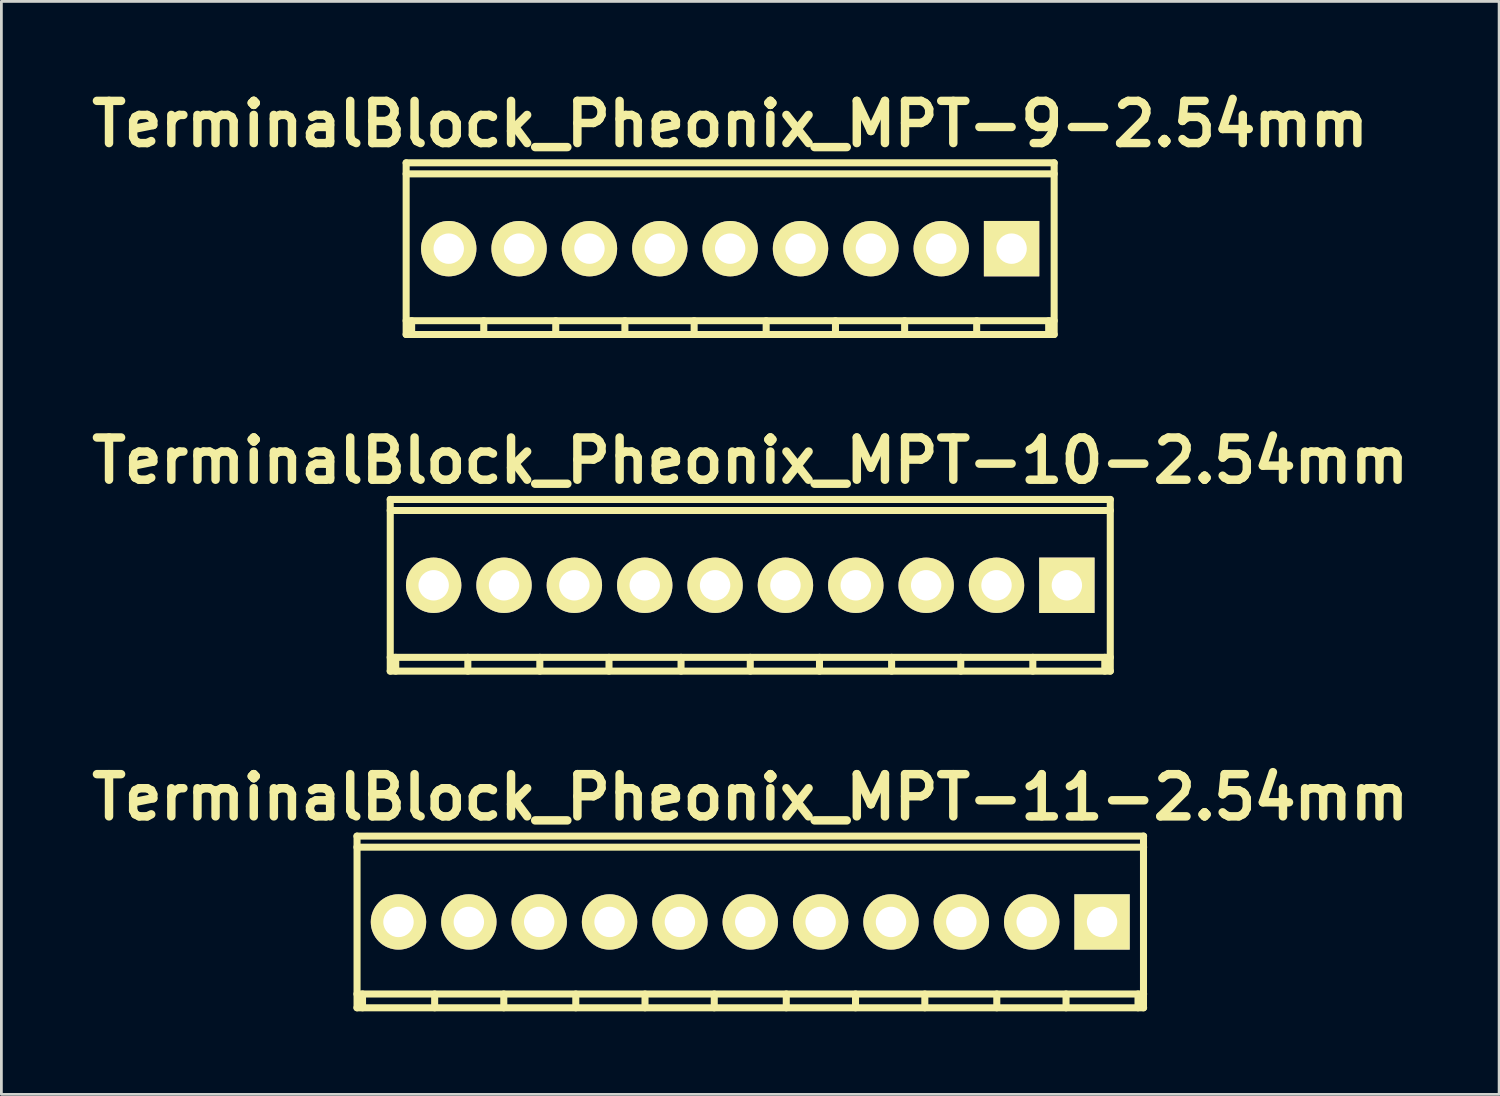
<source format=kicad_pcb>
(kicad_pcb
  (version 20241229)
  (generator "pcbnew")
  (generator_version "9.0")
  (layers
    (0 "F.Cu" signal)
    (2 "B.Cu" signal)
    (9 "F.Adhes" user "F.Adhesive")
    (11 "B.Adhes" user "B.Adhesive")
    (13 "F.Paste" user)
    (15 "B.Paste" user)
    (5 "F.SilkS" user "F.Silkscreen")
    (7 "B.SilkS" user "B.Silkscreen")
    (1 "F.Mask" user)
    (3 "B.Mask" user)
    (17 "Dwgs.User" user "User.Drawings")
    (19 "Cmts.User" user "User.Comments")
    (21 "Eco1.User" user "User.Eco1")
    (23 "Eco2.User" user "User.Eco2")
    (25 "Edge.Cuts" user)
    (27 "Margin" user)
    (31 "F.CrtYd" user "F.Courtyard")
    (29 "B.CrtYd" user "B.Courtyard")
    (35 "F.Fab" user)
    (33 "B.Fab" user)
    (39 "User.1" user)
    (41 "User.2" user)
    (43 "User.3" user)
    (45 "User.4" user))
  (footprint "TerminalBlock_Pheonix_MPT-9-2.54mm"
    (layer "F.Cu")
    (at 23.31 5.927)
    (property "Reference" "TerminalBlock_Pheonix_MPT-9-2.54mm" (at 0 -4.501 0) (layer "F.SilkS") (effects (font (size 1.524 1.524) (thickness 0.305))))
    (attr through_hole)
    (fp_line (start -11.699 -2.7) (end 11.699 -2.7) (stroke (width 0.254) (type solid)) (layer "F.SilkS"))
    (fp_line (start -11.699 3.099) (end 11.699 3.099) (stroke (width 0.254) (type solid)) (layer "F.SilkS"))
    (fp_line (start -11.697 -3.099) (end -11.697 3.099) (stroke (width 0.254) (type solid)) (layer "F.SilkS"))
    (fp_line (start -11.499 3.099) (end -11.499 2.601) (stroke (width 0.254) (type solid)) (layer "F.SilkS"))
    (fp_line (start -8.895 3.099) (end -8.895 2.601) (stroke (width 0.254) (type solid)) (layer "F.SilkS"))
    (fp_line (start -6.297 2.601) (end -6.297 3.099) (stroke (width 0.254) (type solid)) (layer "F.SilkS"))
    (fp_line (start -3.8 2.601) (end -3.8 3.099) (stroke (width 0.254) (type solid)) (layer "F.SilkS"))
    (fp_line (start -1.3 2.601) (end -1.3 3.099) (stroke (width 0.254) (type solid)) (layer "F.SilkS"))
    (fp_line (start 1.3 2.601) (end 1.3 3.099) (stroke (width 0.254) (type solid)) (layer "F.SilkS"))
    (fp_line (start 3.802 2.601) (end 3.802 3.099) (stroke (width 0.254) (type solid)) (layer "F.SilkS"))
    (fp_line (start 6.299 2.601) (end 6.299 3.099) (stroke (width 0.254) (type solid)) (layer "F.SilkS"))
    (fp_line (start 8.9 2.601) (end 8.9 3.099) (stroke (width 0.254) (type solid)) (layer "F.SilkS"))
    (fp_line (start 11.499 2.601) (end 11.499 3.099) (stroke (width 0.254) (type solid)) (layer "F.SilkS"))
    (fp_line (start 11.697 3.099) (end 11.697 -3.099) (stroke (width 0.254) (type solid)) (layer "F.SilkS"))
    (fp_line (start 11.699 -3.099) (end -11.699 -3.099) (stroke (width 0.254) (type solid)) (layer "F.SilkS"))
    (fp_line (start 11.699 2.601) (end -11.699 2.601) (stroke (width 0.254) (type solid)) (layer "F.SilkS"))
    (pad "1" thru_hole rect (at 10.16 0) (size 1.999 1.999) (drill 1.097) (layers "*.Cu" "*.Mask" "F.SilkS"))
    (pad "2" thru_hole oval (at 7.62 0) (size 1.999 1.999) (drill 1.097) (layers "*.Cu" "*.Mask" "F.SilkS"))
    (pad "3" thru_hole oval (at 5.08 0) (size 1.999 1.999) (drill 1.097) (layers "*.Cu" "*.Mask" "F.SilkS"))
    (pad "4" thru_hole oval (at 2.54 0) (size 1.999 1.999) (drill 1.097) (layers "*.Cu" "*.Mask" "F.SilkS"))
    (pad "5" thru_hole oval (at 0 0) (size 1.999 1.999) (drill 1.097) (layers "*.Cu" "*.Mask" "F.SilkS"))
    (pad "6" thru_hole oval (at -2.54 0) (size 1.999 1.999) (drill 1.097) (layers "*.Cu" "*.Mask" "F.SilkS"))
    (pad "7" thru_hole oval (at -5.08 0) (size 1.999 1.999) (drill 1.097) (layers "*.Cu" "*.Mask" "F.SilkS"))
    (pad "8" thru_hole oval (at -7.62 0) (size 1.999 1.999) (drill 1.097) (layers "*.Cu" "*.Mask" "F.SilkS"))
    (pad "9" thru_hole oval (at -10.16 0) (size 1.999 1.999) (drill 1.097) (layers "*.Cu" "*.Mask" "F.SilkS")))
  (footprint "TerminalBlock_Pheonix_MPT-11-2.54mm"
    (layer "F.Cu")
    (at 24.036 30.234)
    (property "Reference" "TerminalBlock_Pheonix_MPT-11-2.54mm" (at 0 -4.501 0) (layer "F.SilkS") (effects (font (size 1.524 1.524) (thickness 0.305))))
    (attr through_hole)
    (fp_line (start -14.201 -3.099) (end 14.201 -3.099) (stroke (width 0.254) (type solid)) (layer "F.SilkS"))
    (fp_line (start -14.201 3.099) (end 14.201 3.099) (stroke (width 0.254) (type solid)) (layer "F.SilkS"))
    (fp_line (start -14.196 -3.099) (end -14.196 3.099) (stroke (width 0.254) (type solid)) (layer "F.SilkS"))
    (fp_line (start -13.998 3.099) (end -13.998 2.601) (stroke (width 0.254) (type solid)) (layer "F.SilkS"))
    (fp_line (start -11.394 3.099) (end -11.394 2.601) (stroke (width 0.254) (type solid)) (layer "F.SilkS"))
    (fp_line (start -8.898 2.601) (end -8.898 3.099) (stroke (width 0.254) (type solid)) (layer "F.SilkS"))
    (fp_line (start -6.299 2.601) (end -6.299 3.099) (stroke (width 0.254) (type solid)) (layer "F.SilkS"))
    (fp_line (start -3.8 2.601) (end -3.8 3.099) (stroke (width 0.254) (type solid)) (layer "F.SilkS"))
    (fp_line (start -1.3 2.601) (end -1.3 3.099) (stroke (width 0.254) (type solid)) (layer "F.SilkS"))
    (fp_line (start 1.3 2.601) (end 1.3 3.099) (stroke (width 0.254) (type solid)) (layer "F.SilkS"))
    (fp_line (start 3.8 2.601) (end 3.8 3.099) (stroke (width 0.254) (type solid)) (layer "F.SilkS"))
    (fp_line (start 6.302 2.601) (end 6.302 3.099) (stroke (width 0.254) (type solid)) (layer "F.SilkS"))
    (fp_line (start 8.9 2.601) (end 8.9 3.099) (stroke (width 0.254) (type solid)) (layer "F.SilkS"))
    (fp_line (start 11.4 2.601) (end 11.4 3.099) (stroke (width 0.254) (type solid)) (layer "F.SilkS"))
    (fp_line (start 13.998 2.601) (end 13.998 3.099) (stroke (width 0.254) (type solid)) (layer "F.SilkS"))
    (fp_line (start 14.196 3.099) (end 14.196 -3.099) (stroke (width 0.254) (type solid)) (layer "F.SilkS"))
    (fp_line (start 14.201 -2.7) (end -14.201 -2.7) (stroke (width 0.254) (type solid)) (layer "F.SilkS"))
    (fp_line (start 14.201 2.601) (end -14.201 2.601) (stroke (width 0.254) (type solid)) (layer "F.SilkS"))
    (pad "1" thru_hole rect (at 12.7 0) (size 1.999 1.999) (drill 1.097) (layers "*.Cu" "*.Mask" "F.SilkS"))
    (pad "2" thru_hole oval (at 10.16 0) (size 1.999 1.999) (drill 1.097) (layers "*.Cu" "*.Mask" "F.SilkS"))
    (pad "3" thru_hole oval (at 7.62 0) (size 1.999 1.999) (drill 1.097) (layers "*.Cu" "*.Mask" "F.SilkS"))
    (pad "4" thru_hole oval (at 5.08 0) (size 1.999 1.999) (drill 1.097) (layers "*.Cu" "*.Mask" "F.SilkS"))
    (pad "5" thru_hole oval (at 2.54 0) (size 1.999 1.999) (drill 1.097) (layers "*.Cu" "*.Mask" "F.SilkS"))
    (pad "6" thru_hole oval (at 0 0) (size 1.999 1.999) (drill 1.097) (layers "*.Cu" "*.Mask" "F.SilkS"))
    (pad "7" thru_hole oval (at -2.54 0) (size 1.999 1.999) (drill 1.097) (layers "*.Cu" "*.Mask" "F.SilkS"))
    (pad "8" thru_hole oval (at -5.08 0) (size 1.999 1.999) (drill 1.097) (layers "*.Cu" "*.Mask" "F.SilkS"))
    (pad "9" thru_hole oval (at -7.62 0) (size 1.999 1.999) (drill 1.097) (layers "*.Cu" "*.Mask" "F.SilkS"))
    (pad "10" thru_hole oval (at -10.16 0) (size 1.999 1.999) (drill 1.097) (layers "*.Cu" "*.Mask" "F.SilkS"))
    (pad "11" thru_hole oval (at -12.7 0) (size 1.999 1.999) (drill 1.097) (layers "*.Cu" "*.Mask" "F.SilkS")))
  (footprint "TerminalBlock_Pheonix_MPT-10-2.54mm"
    (layer "F.Cu")
    (at 24.036 18.08)
    (property "Reference" "TerminalBlock_Pheonix_MPT-10-2.54mm" (at 0 -4.501 0) (layer "F.SilkS") (effects (font (size 1.524 1.524) (thickness 0.305))))
    (attr through_hole)
    (fp_line (start -13 -3.099) (end 13 -3.099) (stroke (width 0.254) (type solid)) (layer "F.SilkS"))
    (fp_line (start -13 3.099) (end 13 3.099) (stroke (width 0.254) (type solid)) (layer "F.SilkS"))
    (fp_line (start -12.997 -3.099) (end -12.997 3.099) (stroke (width 0.254) (type solid)) (layer "F.SilkS"))
    (fp_line (start -12.799 3.099) (end -12.799 2.601) (stroke (width 0.254) (type solid)) (layer "F.SilkS"))
    (fp_line (start -10.196 3.099) (end -10.196 2.601) (stroke (width 0.254) (type solid)) (layer "F.SilkS"))
    (fp_line (start -7.597 2.601) (end -7.597 3.099) (stroke (width 0.254) (type solid)) (layer "F.SilkS"))
    (fp_line (start -5.1 2.601) (end -5.1 3.099) (stroke (width 0.254) (type solid)) (layer "F.SilkS"))
    (fp_line (start -2.499 2.601) (end -2.499 3.099) (stroke (width 0.254) (type solid)) (layer "F.SilkS"))
    (fp_line (start 0 2.601) (end 0 3.099) (stroke (width 0.254) (type solid)) (layer "F.SilkS"))
    (fp_line (start 2.499 2.601) (end 2.499 3.099) (stroke (width 0.254) (type solid)) (layer "F.SilkS"))
    (fp_line (start 5.103 2.601) (end 5.103 3.099) (stroke (width 0.254) (type solid)) (layer "F.SilkS"))
    (fp_line (start 7.6 2.601) (end 7.6 3.099) (stroke (width 0.254) (type solid)) (layer "F.SilkS"))
    (fp_line (start 10.201 2.601) (end 10.201 3.099) (stroke (width 0.254) (type solid)) (layer "F.SilkS"))
    (fp_line (start 12.799 2.601) (end 12.799 3.099) (stroke (width 0.254) (type solid)) (layer "F.SilkS"))
    (fp_line (start 12.997 3.099) (end 12.997 -3.099) (stroke (width 0.254) (type solid)) (layer "F.SilkS"))
    (fp_line (start 13 -2.7) (end -13 -2.7) (stroke (width 0.254) (type solid)) (layer "F.SilkS"))
    (fp_line (start 13 2.601) (end -13 2.601) (stroke (width 0.254) (type solid)) (layer "F.SilkS"))
    (pad "1" thru_hole rect (at 11.43 0) (size 1.999 1.999) (drill 1.097) (layers "*.Cu" "*.Mask" "F.SilkS"))
    (pad "2" thru_hole oval (at 8.89 0) (size 1.999 1.999) (drill 1.097) (layers "*.Cu" "*.Mask" "F.SilkS"))
    (pad "3" thru_hole oval (at 6.35 0) (size 1.999 1.999) (drill 1.097) (layers "*.Cu" "*.Mask" "F.SilkS"))
    (pad "4" thru_hole oval (at 3.81 0) (size 1.999 1.999) (drill 1.097) (layers "*.Cu" "*.Mask" "F.SilkS"))
    (pad "5" thru_hole oval (at 1.27 0) (size 1.999 1.999) (drill 1.097) (layers "*.Cu" "*.Mask" "F.SilkS"))
    (pad "6" thru_hole oval (at -1.27 0) (size 1.999 1.999) (drill 1.097) (layers "*.Cu" "*.Mask" "F.SilkS"))
    (pad "7" thru_hole oval (at -3.81 0) (size 1.999 1.999) (drill 1.097) (layers "*.Cu" "*.Mask" "F.SilkS"))
    (pad "8" thru_hole oval (at -6.35 0) (size 1.999 1.999) (drill 1.097) (layers "*.Cu" "*.Mask" "F.SilkS"))
    (pad "9" thru_hole oval (at -8.89 0) (size 1.999 1.999) (drill 1.097) (layers "*.Cu" "*.Mask" "F.SilkS"))
    (pad "10" thru_hole oval (at -11.43 0) (size 1.999 1.999) (drill 1.097) (layers "*.Cu" "*.Mask" "F.SilkS")))
  (gr_rect
    (start -3 -3)
    (end 51.071 36.459)
    (stroke (width 0.1) (type default))
    (fill no)
    (layer "Edge.Cuts")))
</source>
